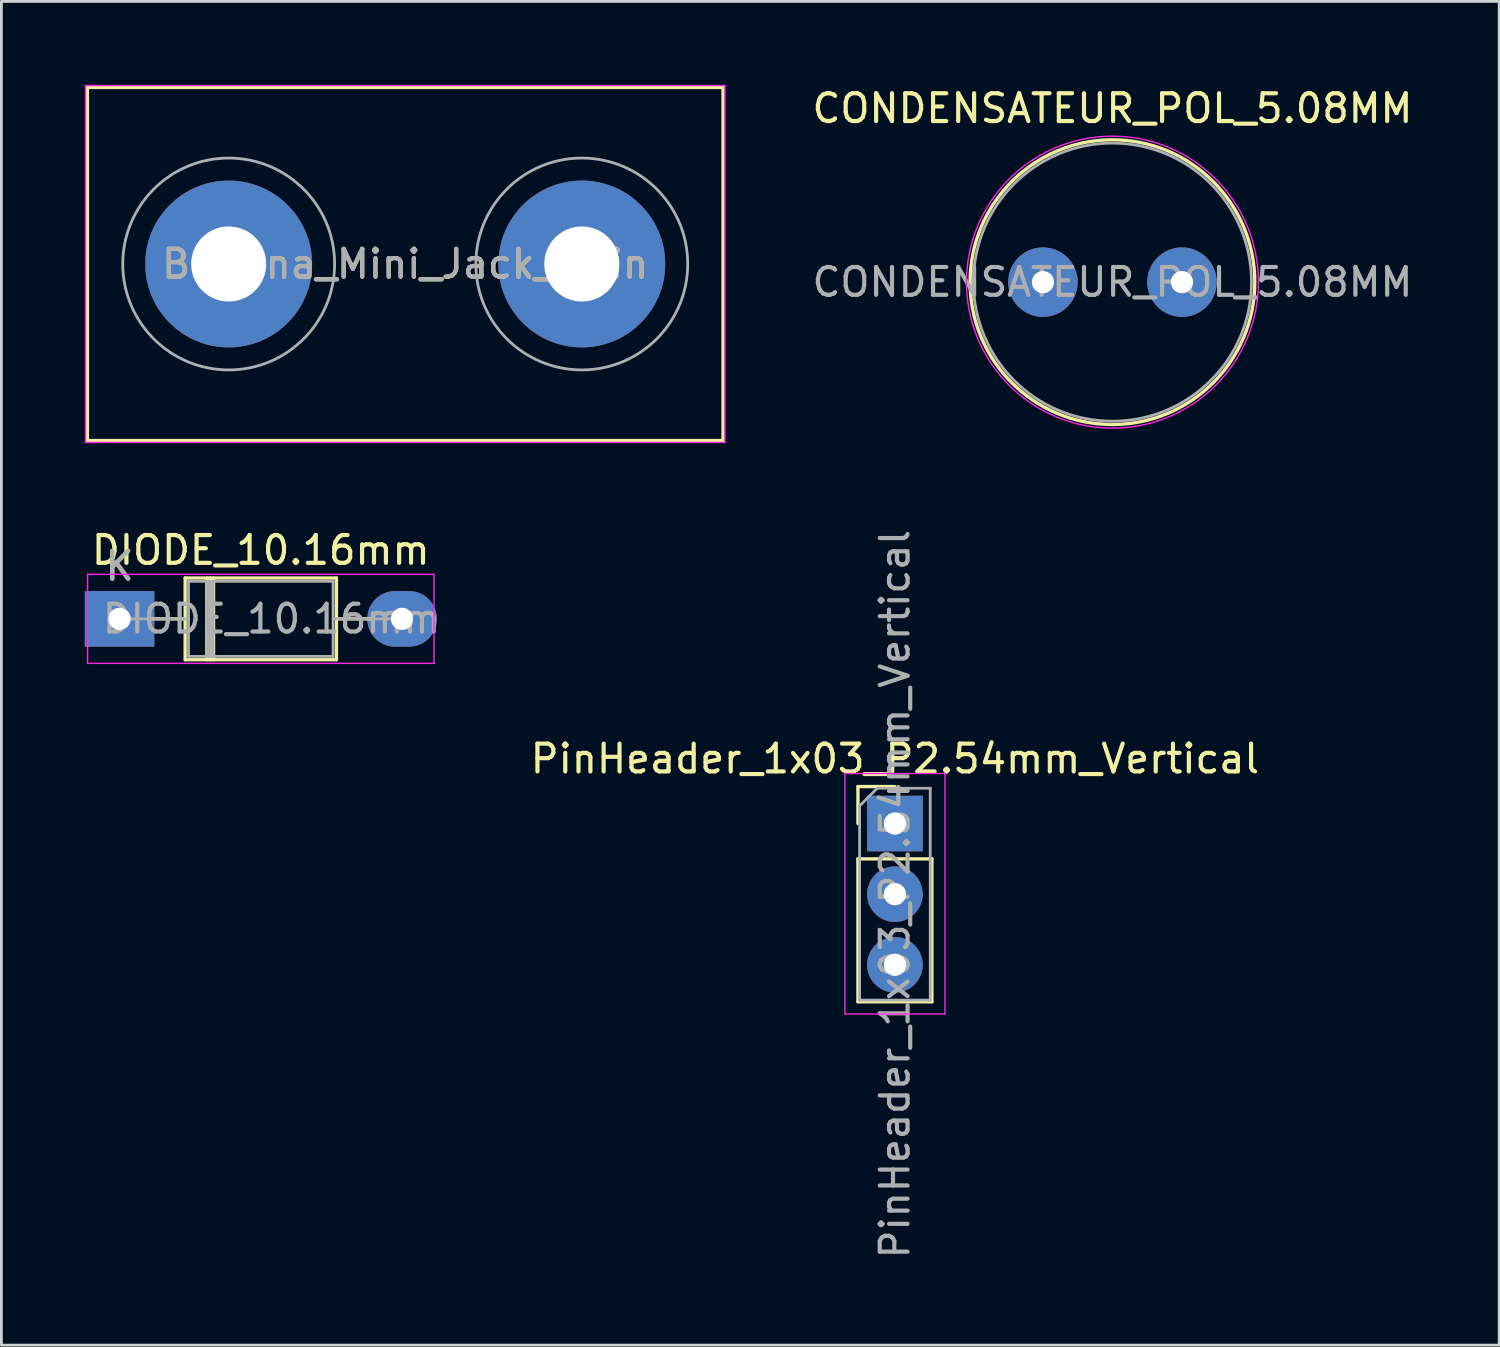
<source format=kicad_pcb>
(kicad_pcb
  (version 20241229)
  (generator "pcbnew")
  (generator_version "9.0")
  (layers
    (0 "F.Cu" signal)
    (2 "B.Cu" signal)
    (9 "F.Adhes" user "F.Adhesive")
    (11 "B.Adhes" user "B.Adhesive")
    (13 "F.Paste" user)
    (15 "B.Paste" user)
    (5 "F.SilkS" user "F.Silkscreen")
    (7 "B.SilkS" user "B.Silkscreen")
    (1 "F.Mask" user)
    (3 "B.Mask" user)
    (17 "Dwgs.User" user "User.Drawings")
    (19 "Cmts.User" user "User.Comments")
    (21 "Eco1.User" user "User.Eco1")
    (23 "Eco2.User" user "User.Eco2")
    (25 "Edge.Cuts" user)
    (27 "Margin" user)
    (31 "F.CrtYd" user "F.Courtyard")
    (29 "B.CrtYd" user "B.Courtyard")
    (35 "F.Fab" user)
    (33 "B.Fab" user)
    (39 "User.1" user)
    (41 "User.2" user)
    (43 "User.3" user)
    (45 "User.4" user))
  (footprint "Banana_Mini_Jack_2Pin"
    (layer "F.Cu")
    (at 5.175 6.445)
    (property "Reference" "Banana_Mini_Jack_2Pin" (at 6.35 0 0) (layer "F.SilkS") (effects (font (size 1 1) (thickness 0.15))))
    (attr through_hole)
    (fp_line (start -5.08 -6.35) (end 17.78 -6.35) (stroke (width 0.12) (type solid)) (layer "F.SilkS"))
    (fp_line (start -5.08 6.35) (end -5.08 -6.35) (stroke (width 0.12) (type solid)) (layer "F.SilkS"))
    (fp_line (start 17.78 -6.35) (end 17.78 6.35) (stroke (width 0.12) (type solid)) (layer "F.SilkS"))
    (fp_line (start 17.78 6.35) (end -5.08 6.35) (stroke (width 0.12) (type solid)) (layer "F.SilkS"))
    (fp_line (start -5.15 -6.42) (end -5.15 6.42) (stroke (width 0.05) (type solid)) (layer "F.CrtYd"))
    (fp_line (start -5.15 6.42) (end 17.85 6.42) (stroke (width 0.05) (type solid)) (layer "F.CrtYd"))
    (fp_line (start 17.85 -6.42) (end -5.15 -6.42) (stroke (width 0.05) (type solid)) (layer "F.CrtYd"))
    (fp_line (start 17.85 6.42) (end 17.85 -6.42) (stroke (width 0.05) (type solid)) (layer "F.CrtYd"))
    (fp_circle (center 0 0) (end 3.81 0) (stroke (width 0.1) (type solid)) (fill no) (layer "F.Fab"))
    (fp_circle (center 12.7 0) (end 16.51 0) (stroke (width 0.1) (type solid)) (fill no) (layer "F.Fab"))
    (fp_text user "${REFERENCE}" (at 6.35 0 0) (layer "F.Fab") (effects (font (size 1 1) (thickness 0.15))))
    (pad "1" thru_hole circle (at 0 0) (size 6 6) (drill 2.7) (layers "*.Cu" "*.Mask"))
    (pad "2" thru_hole circle (at 12.7 0) (size 6 6) (drill 2.7) (layers "*.Cu" "*.Mask")))
  (footprint "PinHeader_1x03_P2.54mm_Vertical"
    (layer "F.Cu")
    (at 29.137 26.57)
    (property "Reference" "PinHeader_1x03_P2.54mm_Vertical" (at 0 -2.33 0) (layer "F.SilkS") (effects (font (size 1 1) (thickness 0.15))))
    (attr through_hole)
    (fp_line (start -1.33 -1.33) (end 0 -1.33) (stroke (width 0.12) (type solid)) (layer "F.SilkS"))
    (fp_line (start -1.33 0) (end -1.33 -1.33) (stroke (width 0.12) (type solid)) (layer "F.SilkS"))
    (fp_line (start -1.33 1.27) (end -1.33 6.41) (stroke (width 0.12) (type solid)) (layer "F.SilkS"))
    (fp_line (start -1.33 1.27) (end 1.33 1.27) (stroke (width 0.12) (type solid)) (layer "F.SilkS"))
    (fp_line (start -1.33 6.41) (end 1.33 6.41) (stroke (width 0.12) (type solid)) (layer "F.SilkS"))
    (fp_line (start 1.33 1.27) (end 1.33 6.41) (stroke (width 0.12) (type solid)) (layer "F.SilkS"))
    (fp_line (start -1.8 -1.8) (end -1.8 6.85) (stroke (width 0.05) (type solid)) (layer "F.CrtYd"))
    (fp_line (start -1.8 6.85) (end 1.8 6.85) (stroke (width 0.05) (type solid)) (layer "F.CrtYd"))
    (fp_line (start 1.8 -1.8) (end -1.8 -1.8) (stroke (width 0.05) (type solid)) (layer "F.CrtYd"))
    (fp_line (start 1.8 6.85) (end 1.8 -1.8) (stroke (width 0.05) (type solid)) (layer "F.CrtYd"))
    (fp_line (start -1.27 -0.635) (end -0.635 -1.27) (stroke (width 0.1) (type solid)) (layer "F.Fab"))
    (fp_line (start -1.27 6.35) (end -1.27 -0.635) (stroke (width 0.1) (type solid)) (layer "F.Fab"))
    (fp_line (start -0.635 -1.27) (end 1.27 -1.27) (stroke (width 0.1) (type solid)) (layer "F.Fab"))
    (fp_line (start 1.27 -1.27) (end 1.27 6.35) (stroke (width 0.1) (type solid)) (layer "F.Fab"))
    (fp_line (start 1.27 6.35) (end -1.27 6.35) (stroke (width 0.1) (type solid)) (layer "F.Fab"))
    (fp_text user "${REFERENCE}" (at 0 2.54 90) (layer "F.Fab") (effects (font (size 1 1) (thickness 0.15))))
    (pad "1" thru_hole rect (at 0 0) (size 2 2) (drill 0.8) (layers "*.Cu" "*.Mask"))
    (pad "2" thru_hole oval (at 0 2.54) (size 2 2) (drill 0.8) (layers "*.Cu" "*.Mask"))
    (pad "3" thru_hole oval (at 0 5.08) (size 2 2) (drill 0.8) (layers "*.Cu" "*.Mask")))
  (footprint "DIODE_10.16mm"
    (layer "F.Cu")
    (at 1.25 19.208)
    (property "Reference" "DIODE_10.16mm" (at 5.08 -2.47 0) (layer "F.SilkS") (effects (font (size 1 1) (thickness 0.15))))
    (attr through_hole)
    (fp_line (start 1.14 0) (end 2.36 0) (stroke (width 0.12) (type solid)) (layer "F.SilkS"))
    (fp_line (start 2.36 -1.47) (end 2.36 1.47) (stroke (width 0.12) (type solid)) (layer "F.SilkS"))
    (fp_line (start 2.36 1.47) (end 7.8 1.47) (stroke (width 0.12) (type solid)) (layer "F.SilkS"))
    (fp_line (start 3.14 -1.47) (end 3.14 1.47) (stroke (width 0.12) (type solid)) (layer "F.SilkS"))
    (fp_line (start 3.26 -1.47) (end 3.26 1.47) (stroke (width 0.12) (type solid)) (layer "F.SilkS"))
    (fp_line (start 3.38 -1.47) (end 3.38 1.47) (stroke (width 0.12) (type solid)) (layer "F.SilkS"))
    (fp_line (start 7.8 -1.47) (end 2.36 -1.47) (stroke (width 0.12) (type solid)) (layer "F.SilkS"))
    (fp_line (start 7.8 1.47) (end 7.8 -1.47) (stroke (width 0.12) (type solid)) (layer "F.SilkS"))
    (fp_line (start 9.02 0) (end 7.8 0) (stroke (width 0.12) (type solid)) (layer "F.SilkS"))
    (fp_line (start -1.15 -1.6) (end -1.15 1.6) (stroke (width 0.05) (type solid)) (layer "F.CrtYd"))
    (fp_line (start -1.15 1.6) (end 11.31 1.6) (stroke (width 0.05) (type solid)) (layer "F.CrtYd"))
    (fp_line (start 11.31 -1.6) (end -1.15 -1.6) (stroke (width 0.05) (type solid)) (layer "F.CrtYd"))
    (fp_line (start 11.31 1.6) (end 11.31 -1.6) (stroke (width 0.05) (type solid)) (layer "F.CrtYd"))
    (fp_line (start 0 0) (end 2.48 0) (stroke (width 0.1) (type solid)) (layer "F.Fab"))
    (fp_line (start 2.48 -1.35) (end 2.48 1.35) (stroke (width 0.1) (type solid)) (layer "F.Fab"))
    (fp_line (start 2.48 1.35) (end 7.68 1.35) (stroke (width 0.1) (type solid)) (layer "F.Fab"))
    (fp_line (start 3.16 -1.35) (end 3.16 1.35) (stroke (width 0.1) (type solid)) (layer "F.Fab"))
    (fp_line (start 3.26 -1.35) (end 3.26 1.35) (stroke (width 0.1) (type solid)) (layer "F.Fab"))
    (fp_line (start 3.36 -1.35) (end 3.36 1.35) (stroke (width 0.1) (type solid)) (layer "F.Fab"))
    (fp_line (start 7.68 -1.35) (end 2.48 -1.35) (stroke (width 0.1) (type solid)) (layer "F.Fab"))
    (fp_line (start 7.68 1.35) (end 7.68 -1.35) (stroke (width 0.1) (type solid)) (layer "F.Fab"))
    (fp_line (start 10.16 0) (end 7.68 0) (stroke (width 0.1) (type solid)) (layer "F.Fab"))
    (fp_text user "K" (at 0 -1.9 0) (layer "F.SilkS") (effects (font (size 1 1) (thickness 0.15))))
    (fp_text user "${REFERENCE}" (at 5.47 0 0) (layer "F.Fab") (effects (font (size 1 1) (thickness 0.15))))
    (fp_text user "K" (at 0 -1.9 0) (layer "F.Fab") (effects (font (size 1 1) (thickness 0.15))))
    (pad "1" thru_hole rect (at 0 0) (size 2.5 2) (drill 0.8) (layers "*.Cu" "*.Mask"))
    (pad "2" thru_hole oval (at 10.16 0) (size 2.5 2) (drill 0.8) (layers "*.Cu" "*.Mask")))
  (footprint "CONDENSATEUR_POL_5.08MM"
    (layer "F.Cu")
    (at 34.461 7.098)
    (property "Reference" "CONDENSATEUR_POL_5.08MM" (at 2.5 -6.25 0) (layer "F.SilkS") (effects (font (size 1 1) (thickness 0.15))))
    (attr through_hole)
    (fp_circle (center 2.5 0) (end 7.62 0) (stroke (width 0.12) (type solid)) (fill no) (layer "F.SilkS"))
    (fp_circle (center 2.5 0) (end 7.75 0) (stroke (width 0.05) (type solid)) (fill no) (layer "F.CrtYd"))
    (fp_circle (center 2.5 0) (end 7.5 0) (stroke (width 0.1) (type solid)) (fill no) (layer "F.Fab"))
    (fp_text user "${REFERENCE}" (at 2.5 0 0) (layer "F.Fab") (effects (font (size 1 1) (thickness 0.15))))
    (pad "1" thru_hole circle (at 0 0) (size 2.5 2.5) (drill 0.8) (layers "*.Cu" "*.Mask"))
    (pad "2" thru_hole circle (at 5 0) (size 2.5 2.5) (drill 0.8) (layers "*.Cu" "*.Mask")))
  (gr_rect
    (start -3 -3)
    (end 50.871 45.33)
    (stroke (width 0.1) (type default))
    (fill no)
    (layer "Edge.Cuts")))
</source>
